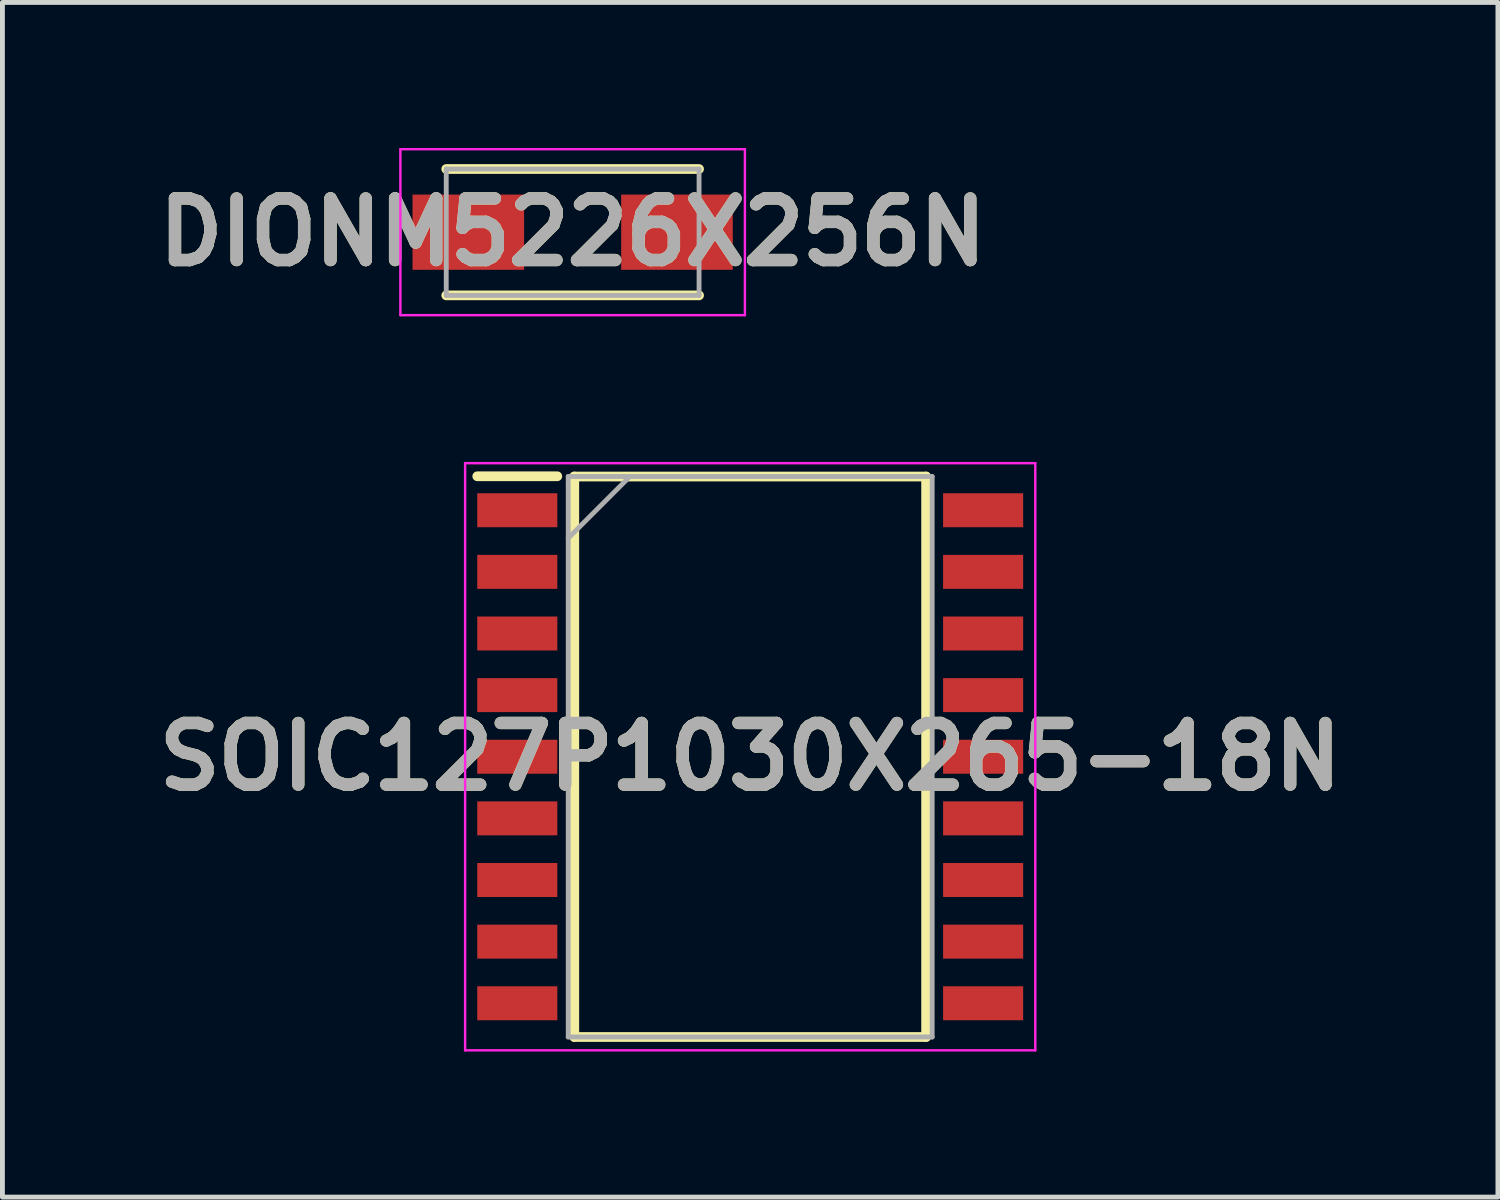
<source format=kicad_pcb>
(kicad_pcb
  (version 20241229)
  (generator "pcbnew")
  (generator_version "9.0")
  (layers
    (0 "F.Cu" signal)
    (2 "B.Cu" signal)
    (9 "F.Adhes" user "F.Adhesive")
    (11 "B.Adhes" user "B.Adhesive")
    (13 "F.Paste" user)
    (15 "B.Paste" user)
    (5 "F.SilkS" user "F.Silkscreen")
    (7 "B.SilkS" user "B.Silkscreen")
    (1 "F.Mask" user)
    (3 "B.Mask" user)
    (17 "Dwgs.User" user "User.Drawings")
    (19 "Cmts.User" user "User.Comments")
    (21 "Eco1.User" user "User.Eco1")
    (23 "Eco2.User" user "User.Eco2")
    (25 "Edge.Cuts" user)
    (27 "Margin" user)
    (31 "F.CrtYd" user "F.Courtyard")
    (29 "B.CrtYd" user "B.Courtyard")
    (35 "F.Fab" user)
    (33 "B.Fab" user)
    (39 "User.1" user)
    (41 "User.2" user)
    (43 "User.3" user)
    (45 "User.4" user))
  (footprint "SOIC127P1030X265-18N"
    (layer "F.Cu")
    (at 12.41 12.545)
    (property "Reference" "SOIC127P1030X265-18N" (at 0 0 0) (layer "F.SilkS") (effects (font (size 1.27 1.27) (thickness 0.254))))
    (attr smd)
    (fp_line (start -5.625 -5.78) (end -3.975 -5.78) (stroke (width 0.2) (type solid)) (layer "F.SilkS"))
    (fp_line (start -3.625 -5.775) (end 3.625 -5.775) (stroke (width 0.2) (type solid)) (layer "F.SilkS"))
    (fp_line (start -3.625 5.775) (end -3.625 -5.775) (stroke (width 0.2) (type solid)) (layer "F.SilkS"))
    (fp_line (start 3.625 -5.775) (end 3.625 5.775) (stroke (width 0.2) (type solid)) (layer "F.SilkS"))
    (fp_line (start 3.625 5.775) (end -3.625 5.775) (stroke (width 0.2) (type solid)) (layer "F.SilkS"))
    (fp_line (start -5.875 -6.05) (end 5.875 -6.05) (stroke (width 0.05) (type solid)) (layer "F.CrtYd"))
    (fp_line (start -5.875 6.05) (end -5.875 -6.05) (stroke (width 0.05) (type solid)) (layer "F.CrtYd"))
    (fp_line (start 5.875 -6.05) (end 5.875 6.05) (stroke (width 0.05) (type solid)) (layer "F.CrtYd"))
    (fp_line (start 5.875 6.05) (end -5.875 6.05) (stroke (width 0.05) (type solid)) (layer "F.CrtYd"))
    (fp_line (start -3.75 -5.775) (end 3.75 -5.775) (stroke (width 0.1) (type solid)) (layer "F.Fab"))
    (fp_line (start -3.75 -4.505) (end -2.48 -5.775) (stroke (width 0.1) (type solid)) (layer "F.Fab"))
    (fp_line (start -3.75 5.775) (end -3.75 -5.775) (stroke (width 0.1) (type solid)) (layer "F.Fab"))
    (fp_line (start 3.75 -5.775) (end 3.75 5.775) (stroke (width 0.1) (type solid)) (layer "F.Fab"))
    (fp_line (start 3.75 5.775) (end -3.75 5.775) (stroke (width 0.1) (type solid)) (layer "F.Fab"))
    (fp_text user "${REFERENCE}" (at 0 0 0) (layer "F.Fab") (effects (font (size 1.27 1.27) (thickness 0.254))))
    (pad "1" smd rect (at -4.8 -5.08 90) (size 0.7 1.65) (layers "F.Cu" "F.Mask" "F.Paste"))
    (pad "2" smd rect (at -4.8 -3.81 90) (size 0.7 1.65) (layers "F.Cu" "F.Mask" "F.Paste"))
    (pad "3" smd rect (at -4.8 -2.54 90) (size 0.7 1.65) (layers "F.Cu" "F.Mask" "F.Paste"))
    (pad "4" smd rect (at -4.8 -1.27 90) (size 0.7 1.65) (layers "F.Cu" "F.Mask" "F.Paste"))
    (pad "5" smd rect (at -4.8 0 90) (size 0.7 1.65) (layers "F.Cu" "F.Mask" "F.Paste"))
    (pad "6" smd rect (at -4.8 1.27 90) (size 0.7 1.65) (layers "F.Cu" "F.Mask" "F.Paste"))
    (pad "7" smd rect (at -4.8 2.54 90) (size 0.7 1.65) (layers "F.Cu" "F.Mask" "F.Paste"))
    (pad "8" smd rect (at -4.8 3.81 90) (size 0.7 1.65) (layers "F.Cu" "F.Mask" "F.Paste"))
    (pad "9" smd rect (at -4.8 5.08 90) (size 0.7 1.65) (layers "F.Cu" "F.Mask" "F.Paste"))
    (pad "10" smd rect (at 4.8 5.08 90) (size 0.7 1.65) (layers "F.Cu" "F.Mask" "F.Paste"))
    (pad "11" smd rect (at 4.8 3.81 90) (size 0.7 1.65) (layers "F.Cu" "F.Mask" "F.Paste"))
    (pad "12" smd rect (at 4.8 2.54 90) (size 0.7 1.65) (layers "F.Cu" "F.Mask" "F.Paste"))
    (pad "13" smd rect (at 4.8 1.27 90) (size 0.7 1.65) (layers "F.Cu" "F.Mask" "F.Paste"))
    (pad "14" smd rect (at 4.8 0 90) (size 0.7 1.65) (layers "F.Cu" "F.Mask" "F.Paste"))
    (pad "15" smd rect (at 4.8 -1.27 90) (size 0.7 1.65) (layers "F.Cu" "F.Mask" "F.Paste"))
    (pad "16" smd rect (at 4.8 -2.54 90) (size 0.7 1.65) (layers "F.Cu" "F.Mask" "F.Paste"))
    (pad "17" smd rect (at 4.8 -3.81 90) (size 0.7 1.65) (layers "F.Cu" "F.Mask" "F.Paste"))
    (pad "18" smd rect (at 4.8 -5.08 90) (size 0.7 1.65) (layers "F.Cu" "F.Mask" "F.Paste")))
  (footprint "DIONM5226X256N"
    (layer "F.Cu")
    (at 8.751 1.735)
    (property "Reference" "DIONM5226X256N" (at 0 0 0) (layer "F.SilkS") (effects (font (size 1.27 1.27) (thickness 0.254))))
    (attr smd)
    (fp_line (start -2.605 1.302) (end 2.605 1.302) (stroke (width 0.2) (type solid)) (layer "F.SilkS"))
    (fp_line (start 2.605 -1.302) (end -2.605 -1.302) (stroke (width 0.2) (type solid)) (layer "F.SilkS"))
    (fp_line (start -3.55 -1.71) (end 3.55 -1.71) (stroke (width 0.05) (type solid)) (layer "F.CrtYd"))
    (fp_line (start -3.55 1.71) (end -3.55 -1.71) (stroke (width 0.05) (type solid)) (layer "F.CrtYd"))
    (fp_line (start 3.55 -1.71) (end 3.55 1.71) (stroke (width 0.05) (type solid)) (layer "F.CrtYd"))
    (fp_line (start 3.55 1.71) (end -3.55 1.71) (stroke (width 0.05) (type solid)) (layer "F.CrtYd"))
    (fp_line (start -2.605 -1.302) (end 2.605 -1.302) (stroke (width 0.1) (type solid)) (layer "F.Fab"))
    (fp_line (start -2.605 1.302) (end -2.605 -1.302) (stroke (width 0.1) (type solid)) (layer "F.Fab"))
    (fp_line (start 2.605 -1.302) (end 2.605 1.302) (stroke (width 0.1) (type solid)) (layer "F.Fab"))
    (fp_line (start 2.605 1.302) (end -2.605 1.302) (stroke (width 0.1) (type solid)) (layer "F.Fab"))
    (fp_text user "${REFERENCE}" (at 0 0 0) (layer "F.Fab") (effects (font (size 1.27 1.27) (thickness 0.254))))
    (pad "1" smd rect (at -2.15 0 90) (size 1.55 2.3) (layers "F.Cu" "F.Mask" "F.Paste"))
    (pad "2" smd rect (at 2.15 0 90) (size 1.55 2.3) (layers "F.Cu" "F.Mask" "F.Paste")))
  (gr_rect
    (start -3 -3)
    (end 27.819 21.62)
    (stroke (width 0.1) (type default))
    (fill no)
    (layer "Edge.Cuts")))
</source>
